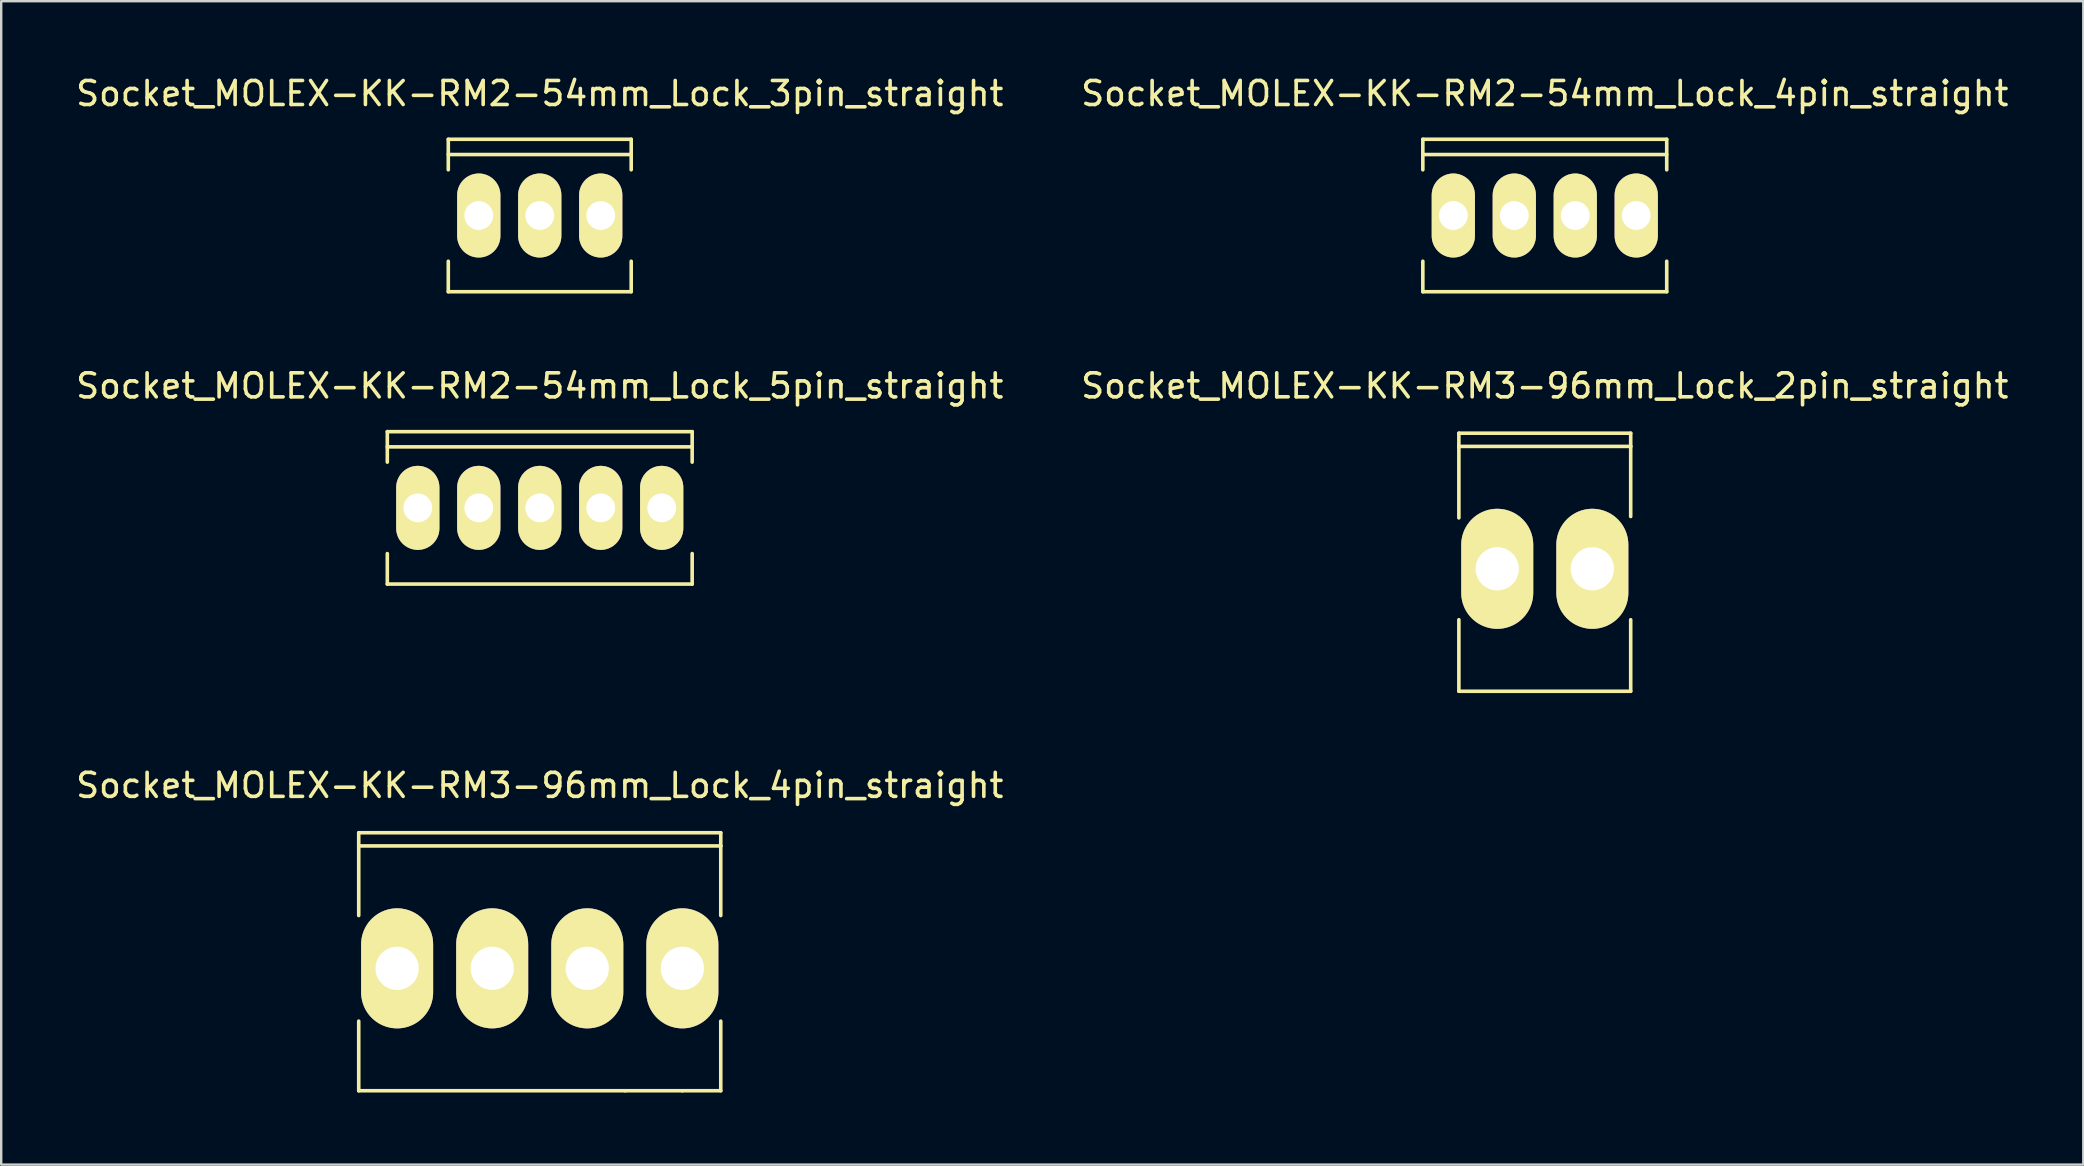
<source format=kicad_pcb>
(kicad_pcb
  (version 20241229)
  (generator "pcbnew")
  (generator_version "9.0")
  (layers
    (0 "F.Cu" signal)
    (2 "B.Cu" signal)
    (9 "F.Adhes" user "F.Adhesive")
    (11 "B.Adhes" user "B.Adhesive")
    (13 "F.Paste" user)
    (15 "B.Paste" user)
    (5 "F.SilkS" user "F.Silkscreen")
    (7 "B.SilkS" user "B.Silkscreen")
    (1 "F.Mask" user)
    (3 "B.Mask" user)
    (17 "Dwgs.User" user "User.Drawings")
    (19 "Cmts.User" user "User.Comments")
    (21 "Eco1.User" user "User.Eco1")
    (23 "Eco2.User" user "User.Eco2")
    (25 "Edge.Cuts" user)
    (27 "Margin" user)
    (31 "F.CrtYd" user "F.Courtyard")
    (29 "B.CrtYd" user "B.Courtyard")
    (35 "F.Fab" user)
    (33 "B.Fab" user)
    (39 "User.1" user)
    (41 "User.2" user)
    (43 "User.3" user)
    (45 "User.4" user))
  (footprint "Socket_MOLEX-KK-RM2-54mm_Lock_4pin_straight"
    (layer "F.Cu")
    (at 61.304 5.928)
    (property "Reference" "Socket_MOLEX-KK-RM2-54mm_Lock_4pin_straight" (at 0 -5.08 0) (layer "F.SilkS") (effects (font (size 1 1) (thickness 0.15))))
    (attr through_hole)
    (fp_line (start -5.08 -3.175) (end 5.08 -3.175) (stroke (width 0.15) (type solid)) (layer "F.SilkS"))
    (fp_line (start -5.08 -1.905) (end -5.08 -3.175) (stroke (width 0.15) (type solid)) (layer "F.SilkS"))
    (fp_line (start -5.08 3.175) (end -5.08 1.905) (stroke (width 0.15) (type solid)) (layer "F.SilkS"))
    (fp_line (start 5.08 -3.175) (end 5.08 -1.905) (stroke (width 0.15) (type solid)) (layer "F.SilkS"))
    (fp_line (start 5.08 -2.54) (end -5.08 -2.54) (stroke (width 0.15) (type solid)) (layer "F.SilkS"))
    (fp_line (start 5.08 1.905) (end 5.08 3.175) (stroke (width 0.15) (type solid)) (layer "F.SilkS"))
    (fp_line (start 5.08 3.175) (end -5.08 3.175) (stroke (width 0.15) (type solid)) (layer "F.SilkS"))
    (pad "1" thru_hole oval (at -3.81 0) (size 1.801 3.5) (drill 1.199) (layers "*.Cu" "*.Mask" "F.SilkS"))
    (pad "2" thru_hole oval (at -1.27 0) (size 1.801 3.5) (drill 1.199) (layers "*.Cu" "*.Mask" "F.SilkS"))
    (pad "3" thru_hole oval (at 1.27 0) (size 1.801 3.5) (drill 1.199) (layers "*.Cu" "*.Mask" "F.SilkS"))
    (pad "4" thru_hole oval (at 3.81 0) (size 1.801 3.5) (drill 1.199) (layers "*.Cu" "*.Mask" "F.SilkS")))
  (footprint "Socket_MOLEX-KK-RM3-96mm_Lock_4pin_straight"
    (layer "F.Cu")
    (at 19.435 37.29)
    (property "Reference" "Socket_MOLEX-KK-RM3-96mm_Lock_4pin_straight" (at 0 -7.62 0) (layer "F.SilkS") (effects (font (size 1 1) (thickness 0.15))))
    (attr through_hole)
    (fp_line (start -7.541 -5.649) (end -7.541 -5.1) (stroke (width 0.15) (type solid)) (layer "F.SilkS"))
    (fp_line (start -7.541 -5.1) (end -7.541 -2.2) (stroke (width 0.15) (type solid)) (layer "F.SilkS"))
    (fp_line (start -7.541 2.2) (end -7.541 5.1) (stroke (width 0.15) (type solid)) (layer "F.SilkS"))
    (fp_line (start -7.541 5.1) (end 3.561 5.1) (stroke (width 0.15) (type solid)) (layer "F.SilkS"))
    (fp_line (start 3.561 5.1) (end 5.941 5.1) (stroke (width 0.15) (type solid)) (layer "F.SilkS"))
    (fp_line (start 5.941 5.1) (end 7.541 5.1) (stroke (width 0.15) (type solid)) (layer "F.SilkS"))
    (fp_line (start 7.541 -5.649) (end -7.541 -5.649) (stroke (width 0.15) (type solid)) (layer "F.SilkS"))
    (fp_line (start 7.541 -5.1) (end -7.541 -5.1) (stroke (width 0.15) (type solid)) (layer "F.SilkS"))
    (fp_line (start 7.541 -5.1) (end 7.541 -5.649) (stroke (width 0.15) (type solid)) (layer "F.SilkS"))
    (fp_line (start 7.541 -2.2) (end 7.541 -5.1) (stroke (width 0.15) (type solid)) (layer "F.SilkS"))
    (fp_line (start 7.541 5.1) (end 7.541 2.2) (stroke (width 0.15) (type solid)) (layer "F.SilkS"))
    (pad "1" thru_hole oval (at -5.941 0) (size 3 5.001) (drill 1.801) (layers "*.Cu" "*.Mask" "F.SilkS"))
    (pad "2" thru_hole oval (at -1.981 0) (size 3 5.001) (drill 1.801) (layers "*.Cu" "*.Mask" "F.SilkS"))
    (pad "3" thru_hole oval (at 1.981 0) (size 3 5.001) (drill 1.801) (layers "*.Cu" "*.Mask" "F.SilkS"))
    (pad "4" thru_hole oval (at 5.941 0) (size 3 5.001) (drill 1.801) (layers "*.Cu" "*.Mask" "F.SilkS")))
  (footprint "Socket_MOLEX-KK-RM3-96mm_Lock_2pin_straight"
    (layer "F.Cu")
    (at 61.304 20.646)
    (property "Reference" "Socket_MOLEX-KK-RM3-96mm_Lock_2pin_straight" (at 0 -7.62 0) (layer "F.SilkS") (effects (font (size 1 1) (thickness 0.15))))
    (attr through_hole)
    (fp_line (start -3.579 -5.649) (end -3.579 -5.1) (stroke (width 0.15) (type solid)) (layer "F.SilkS"))
    (fp_line (start -3.579 -5.1) (end -3.579 -2.121) (stroke (width 0.15) (type solid)) (layer "F.SilkS"))
    (fp_line (start -3.579 2.121) (end -3.579 5.1) (stroke (width 0.15) (type solid)) (layer "F.SilkS"))
    (fp_line (start -3.579 5.1) (end 3.579 5.1) (stroke (width 0.15) (type solid)) (layer "F.SilkS"))
    (fp_line (start 3.579 -5.649) (end -3.579 -5.649) (stroke (width 0.15) (type solid)) (layer "F.SilkS"))
    (fp_line (start 3.579 -5.1) (end -3.579 -5.1) (stroke (width 0.15) (type solid)) (layer "F.SilkS"))
    (fp_line (start 3.579 -5.1) (end 3.579 -5.649) (stroke (width 0.15) (type solid)) (layer "F.SilkS"))
    (fp_line (start 3.579 -2.179) (end 3.579 -5.1) (stroke (width 0.15) (type solid)) (layer "F.SilkS"))
    (fp_line (start 3.579 5.1) (end 3.579 2.121) (stroke (width 0.15) (type solid)) (layer "F.SilkS"))
    (pad "1" thru_hole oval (at -1.981 0) (size 3 5.001) (drill 1.801) (layers "*.Cu" "*.Mask" "F.SilkS"))
    (pad "2" thru_hole oval (at 1.981 0) (size 3 5.001) (drill 1.801) (layers "*.Cu" "*.Mask" "F.SilkS")))
  (footprint "Socket_MOLEX-KK-RM2-54mm_Lock_5pin_straight"
    (layer "F.Cu")
    (at 19.435 18.107)
    (property "Reference" "Socket_MOLEX-KK-RM2-54mm_Lock_5pin_straight" (at 0 -5.08 0) (layer "F.SilkS") (effects (font (size 1 1) (thickness 0.15))))
    (attr through_hole)
    (fp_line (start -6.35 -3.175) (end 6.35 -3.175) (stroke (width 0.15) (type solid)) (layer "F.SilkS"))
    (fp_line (start -6.35 -1.905) (end -6.35 -3.175) (stroke (width 0.15) (type solid)) (layer "F.SilkS"))
    (fp_line (start -6.35 3.175) (end -6.35 1.905) (stroke (width 0.15) (type solid)) (layer "F.SilkS"))
    (fp_line (start 6.35 -2.54) (end -6.35 -2.54) (stroke (width 0.15) (type solid)) (layer "F.SilkS"))
    (fp_line (start 6.35 -1.905) (end 6.35 -3.175) (stroke (width 0.15) (type solid)) (layer "F.SilkS"))
    (fp_line (start 6.35 3.175) (end -6.35 3.175) (stroke (width 0.15) (type solid)) (layer "F.SilkS"))
    (fp_line (start 6.35 3.175) (end 6.35 1.905) (stroke (width 0.15) (type solid)) (layer "F.SilkS"))
    (pad "1" thru_hole oval (at -5.08 0) (size 1.801 3.5) (drill 1.199) (layers "*.Cu" "*.Mask" "F.SilkS"))
    (pad "2" thru_hole oval (at -2.54 0) (size 1.801 3.5) (drill 1.199) (layers "*.Cu" "*.Mask" "F.SilkS"))
    (pad "3" thru_hole oval (at 0 0) (size 1.801 3.5) (drill 1.199) (layers "*.Cu" "*.Mask" "F.SilkS"))
    (pad "4" thru_hole oval (at 2.54 0) (size 1.801 3.5) (drill 1.199) (layers "*.Cu" "*.Mask" "F.SilkS"))
    (pad "5" thru_hole oval (at 5.08 0) (size 1.801 3.5) (drill 1.199) (layers "*.Cu" "*.Mask" "F.SilkS")))
  (footprint "Socket_MOLEX-KK-RM2-54mm_Lock_3pin_straight"
    (layer "F.Cu")
    (at 19.435 5.928)
    (property "Reference" "Socket_MOLEX-KK-RM2-54mm_Lock_3pin_straight" (at 0 -5.08 0) (layer "F.SilkS") (effects (font (size 1 1) (thickness 0.15))))
    (attr through_hole)
    (fp_line (start -3.81 -3.175) (end 3.81 -3.175) (stroke (width 0.15) (type solid)) (layer "F.SilkS"))
    (fp_line (start -3.81 -1.905) (end -3.81 -3.175) (stroke (width 0.15) (type solid)) (layer "F.SilkS"))
    (fp_line (start -3.81 3.175) (end -3.81 1.905) (stroke (width 0.15) (type solid)) (layer "F.SilkS"))
    (fp_line (start 3.81 -3.175) (end 3.81 -1.905) (stroke (width 0.15) (type solid)) (layer "F.SilkS"))
    (fp_line (start 3.81 -2.54) (end -3.81 -2.54) (stroke (width 0.15) (type solid)) (layer "F.SilkS"))
    (fp_line (start 3.81 1.905) (end 3.81 3.175) (stroke (width 0.15) (type solid)) (layer "F.SilkS"))
    (fp_line (start 3.81 3.175) (end -3.81 3.175) (stroke (width 0.15) (type solid)) (layer "F.SilkS"))
    (pad "1" thru_hole oval (at -2.54 0) (size 1.801 3.5) (drill 1.199) (layers "*.Cu" "*.Mask" "F.SilkS"))
    (pad "2" thru_hole oval (at 0 0) (size 1.801 3.5) (drill 1.199) (layers "*.Cu" "*.Mask" "F.SilkS"))
    (pad "3" thru_hole oval (at 2.54 0) (size 1.801 3.5) (drill 1.199) (layers "*.Cu" "*.Mask" "F.SilkS")))
  (gr_rect
    (start -3 -3)
    (end 83.738 45.465)
    (stroke (width 0.1) (type default))
    (fill no)
    (layer "Edge.Cuts")))
</source>
